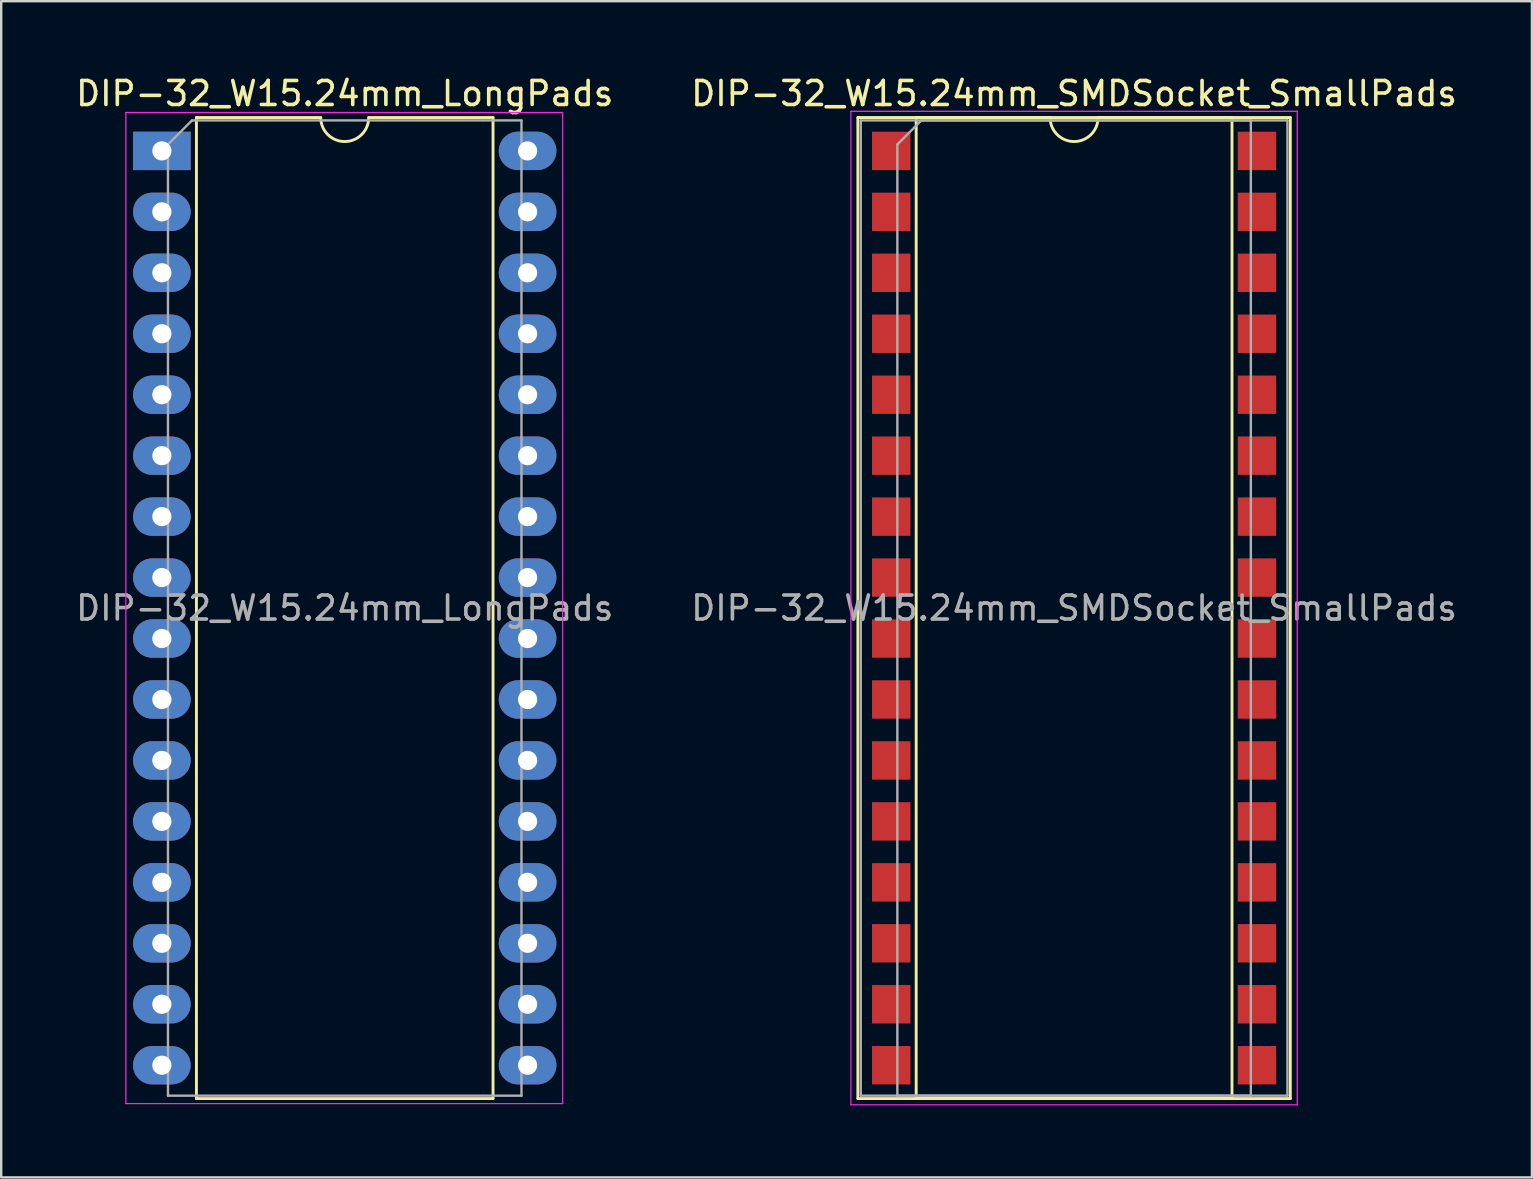
<source format=kicad_pcb>
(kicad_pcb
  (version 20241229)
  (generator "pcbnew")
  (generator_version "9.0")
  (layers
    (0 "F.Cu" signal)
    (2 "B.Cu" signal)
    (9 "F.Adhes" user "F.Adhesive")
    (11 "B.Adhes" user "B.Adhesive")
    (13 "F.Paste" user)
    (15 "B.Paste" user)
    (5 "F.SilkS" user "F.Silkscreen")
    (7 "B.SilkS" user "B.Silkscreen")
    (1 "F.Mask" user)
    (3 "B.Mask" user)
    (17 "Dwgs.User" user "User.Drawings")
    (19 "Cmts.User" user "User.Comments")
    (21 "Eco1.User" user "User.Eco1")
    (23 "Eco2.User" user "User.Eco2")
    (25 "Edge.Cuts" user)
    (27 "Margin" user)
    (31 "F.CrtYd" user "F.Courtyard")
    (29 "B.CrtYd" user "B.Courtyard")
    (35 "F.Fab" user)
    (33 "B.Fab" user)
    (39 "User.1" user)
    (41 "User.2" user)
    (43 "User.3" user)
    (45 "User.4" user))
  (footprint "DIP-32_W15.24mm_SMDSocket_SmallPads"
    (layer "F.Cu")
    (at 41.708 22.288)
    (property "Reference" "DIP-32_W15.24mm_SMDSocket_SmallPads" (at 0 -21.44 0) (layer "F.SilkS") (effects (font (size 1 1) (thickness 0.15))))
    (attr smd)
    (fp_line (start -9.01 -20.44) (end -9.01 20.44) (stroke (width 0.12) (type solid)) (layer "F.SilkS"))
    (fp_line (start -9.01 20.44) (end 9.01 20.44) (stroke (width 0.12) (type solid)) (layer "F.SilkS"))
    (fp_line (start -6.58 -20.44) (end -6.58 20.44) (stroke (width 0.12) (type solid)) (layer "F.SilkS"))
    (fp_line (start -6.58 20.44) (end 6.58 20.44) (stroke (width 0.12) (type solid)) (layer "F.SilkS"))
    (fp_line (start -1 -20.44) (end -6.58 -20.44) (stroke (width 0.12) (type solid)) (layer "F.SilkS"))
    (fp_line (start 6.58 -20.44) (end 1 -20.44) (stroke (width 0.12) (type solid)) (layer "F.SilkS"))
    (fp_line (start 6.58 20.44) (end 6.58 -20.44) (stroke (width 0.12) (type solid)) (layer "F.SilkS"))
    (fp_line (start 9.01 -20.44) (end -9.01 -20.44) (stroke (width 0.12) (type solid)) (layer "F.SilkS"))
    (fp_line (start 9.01 20.44) (end 9.01 -20.44) (stroke (width 0.12) (type solid)) (layer "F.SilkS"))
    (fp_arc (start 1 -20.44) (mid 0 -19.44) (end -1 -20.44) (stroke (width 0.12) (type solid)) (layer "F.SilkS"))
    (fp_line (start -9.3 -20.7) (end -9.3 20.7) (stroke (width 0.05) (type solid)) (layer "F.CrtYd"))
    (fp_line (start -9.3 20.7) (end 9.3 20.7) (stroke (width 0.05) (type solid)) (layer "F.CrtYd"))
    (fp_line (start 9.3 -20.7) (end -9.3 -20.7) (stroke (width 0.05) (type solid)) (layer "F.CrtYd"))
    (fp_line (start 9.3 20.7) (end 9.3 -20.7) (stroke (width 0.05) (type solid)) (layer "F.CrtYd"))
    (fp_line (start -8.89 -20.32) (end -8.89 20.32) (stroke (width 0.1) (type solid)) (layer "F.Fab"))
    (fp_line (start -8.89 20.32) (end 8.89 20.32) (stroke (width 0.1) (type solid)) (layer "F.Fab"))
    (fp_line (start -7.365 -19.32) (end -6.365 -20.32) (stroke (width 0.1) (type solid)) (layer "F.Fab"))
    (fp_line (start -7.365 20.32) (end -7.365 -19.32) (stroke (width 0.1) (type solid)) (layer "F.Fab"))
    (fp_line (start -6.365 -20.32) (end 7.365 -20.32) (stroke (width 0.1) (type solid)) (layer "F.Fab"))
    (fp_line (start 7.365 -20.32) (end 7.365 20.32) (stroke (width 0.1) (type solid)) (layer "F.Fab"))
    (fp_line (start 7.365 20.32) (end -7.365 20.32) (stroke (width 0.1) (type solid)) (layer "F.Fab"))
    (fp_line (start 8.89 -20.32) (end -8.89 -20.32) (stroke (width 0.1) (type solid)) (layer "F.Fab"))
    (fp_line (start 8.89 20.32) (end 8.89 -20.32) (stroke (width 0.1) (type solid)) (layer "F.Fab"))
    (fp_text user "${REFERENCE}" (at 0 0 0) (layer "F.Fab") (effects (font (size 1 1) (thickness 0.15))))
    (pad "1" smd rect (at -7.62 -19.05) (size 1.6 1.6) (layers "F.Cu" "F.Mask" "F.Paste"))
    (pad "2" smd rect (at -7.62 -16.51) (size 1.6 1.6) (layers "F.Cu" "F.Mask" "F.Paste"))
    (pad "3" smd rect (at -7.62 -13.97) (size 1.6 1.6) (layers "F.Cu" "F.Mask" "F.Paste"))
    (pad "4" smd rect (at -7.62 -11.43) (size 1.6 1.6) (layers "F.Cu" "F.Mask" "F.Paste"))
    (pad "5" smd rect (at -7.62 -8.89) (size 1.6 1.6) (layers "F.Cu" "F.Mask" "F.Paste"))
    (pad "6" smd rect (at -7.62 -6.35) (size 1.6 1.6) (layers "F.Cu" "F.Mask" "F.Paste"))
    (pad "7" smd rect (at -7.62 -3.81) (size 1.6 1.6) (layers "F.Cu" "F.Mask" "F.Paste"))
    (pad "8" smd rect (at -7.62 -1.27) (size 1.6 1.6) (layers "F.Cu" "F.Mask" "F.Paste"))
    (pad "9" smd rect (at -7.62 1.27) (size 1.6 1.6) (layers "F.Cu" "F.Mask" "F.Paste"))
    (pad "10" smd rect (at -7.62 3.81) (size 1.6 1.6) (layers "F.Cu" "F.Mask" "F.Paste"))
    (pad "11" smd rect (at -7.62 6.35) (size 1.6 1.6) (layers "F.Cu" "F.Mask" "F.Paste"))
    (pad "12" smd rect (at -7.62 8.89) (size 1.6 1.6) (layers "F.Cu" "F.Mask" "F.Paste"))
    (pad "13" smd rect (at -7.62 11.43) (size 1.6 1.6) (layers "F.Cu" "F.Mask" "F.Paste"))
    (pad "14" smd rect (at -7.62 13.97) (size 1.6 1.6) (layers "F.Cu" "F.Mask" "F.Paste"))
    (pad "15" smd rect (at -7.62 16.51) (size 1.6 1.6) (layers "F.Cu" "F.Mask" "F.Paste"))
    (pad "16" smd rect (at -7.62 19.05) (size 1.6 1.6) (layers "F.Cu" "F.Mask" "F.Paste"))
    (pad "17" smd rect (at 7.62 19.05) (size 1.6 1.6) (layers "F.Cu" "F.Mask" "F.Paste"))
    (pad "18" smd rect (at 7.62 16.51) (size 1.6 1.6) (layers "F.Cu" "F.Mask" "F.Paste"))
    (pad "19" smd rect (at 7.62 13.97) (size 1.6 1.6) (layers "F.Cu" "F.Mask" "F.Paste"))
    (pad "20" smd rect (at 7.62 11.43) (size 1.6 1.6) (layers "F.Cu" "F.Mask" "F.Paste"))
    (pad "21" smd rect (at 7.62 8.89) (size 1.6 1.6) (layers "F.Cu" "F.Mask" "F.Paste"))
    (pad "22" smd rect (at 7.62 6.35) (size 1.6 1.6) (layers "F.Cu" "F.Mask" "F.Paste"))
    (pad "23" smd rect (at 7.62 3.81) (size 1.6 1.6) (layers "F.Cu" "F.Mask" "F.Paste"))
    (pad "24" smd rect (at 7.62 1.27) (size 1.6 1.6) (layers "F.Cu" "F.Mask" "F.Paste"))
    (pad "25" smd rect (at 7.62 -1.27) (size 1.6 1.6) (layers "F.Cu" "F.Mask" "F.Paste"))
    (pad "26" smd rect (at 7.62 -3.81) (size 1.6 1.6) (layers "F.Cu" "F.Mask" "F.Paste"))
    (pad "27" smd rect (at 7.62 -6.35) (size 1.6 1.6) (layers "F.Cu" "F.Mask" "F.Paste"))
    (pad "28" smd rect (at 7.62 -8.89) (size 1.6 1.6) (layers "F.Cu" "F.Mask" "F.Paste"))
    (pad "29" smd rect (at 7.62 -11.43) (size 1.6 1.6) (layers "F.Cu" "F.Mask" "F.Paste"))
    (pad "30" smd rect (at 7.62 -13.97) (size 1.6 1.6) (layers "F.Cu" "F.Mask" "F.Paste"))
    (pad "31" smd rect (at 7.62 -16.51) (size 1.6 1.6) (layers "F.Cu" "F.Mask" "F.Paste"))
    (pad "32" smd rect (at 7.62 -19.05) (size 1.6 1.6) (layers "F.Cu" "F.Mask" "F.Paste")))
  (footprint "DIP-32_W15.24mm_LongPads"
    (layer "F.Cu")
    (at 3.695 3.238)
    (property "Reference" "DIP-32_W15.24mm_LongPads" (at 7.62 -2.39 0) (layer "F.SilkS") (effects (font (size 1 1) (thickness 0.15))))
    (attr through_hole)
    (fp_line (start 1.44 -1.39) (end 1.44 39.49) (stroke (width 0.12) (type solid)) (layer "F.SilkS"))
    (fp_line (start 1.44 39.49) (end 13.8 39.49) (stroke (width 0.12) (type solid)) (layer "F.SilkS"))
    (fp_line (start 6.62 -1.39) (end 1.44 -1.39) (stroke (width 0.12) (type solid)) (layer "F.SilkS"))
    (fp_line (start 13.8 -1.39) (end 8.62 -1.39) (stroke (width 0.12) (type solid)) (layer "F.SilkS"))
    (fp_line (start 13.8 39.49) (end 13.8 -1.39) (stroke (width 0.12) (type solid)) (layer "F.SilkS"))
    (fp_arc (start 8.62 -1.39) (mid 7.62 -0.39) (end 6.62 -1.39) (stroke (width 0.12) (type solid)) (layer "F.SilkS"))
    (fp_line (start -1.5 -1.6) (end -1.5 39.7) (stroke (width 0.05) (type solid)) (layer "F.CrtYd"))
    (fp_line (start -1.5 39.7) (end 16.7 39.7) (stroke (width 0.05) (type solid)) (layer "F.CrtYd"))
    (fp_line (start 16.7 -1.6) (end -1.5 -1.6) (stroke (width 0.05) (type solid)) (layer "F.CrtYd"))
    (fp_line (start 16.7 39.7) (end 16.7 -1.6) (stroke (width 0.05) (type solid)) (layer "F.CrtYd"))
    (fp_line (start 0.255 -0.27) (end 1.255 -1.27) (stroke (width 0.1) (type solid)) (layer "F.Fab"))
    (fp_line (start 0.255 39.37) (end 0.255 -0.27) (stroke (width 0.1) (type solid)) (layer "F.Fab"))
    (fp_line (start 1.255 -1.27) (end 14.985 -1.27) (stroke (width 0.1) (type solid)) (layer "F.Fab"))
    (fp_line (start 14.985 -1.27) (end 14.985 39.37) (stroke (width 0.1) (type solid)) (layer "F.Fab"))
    (fp_line (start 14.985 39.37) (end 0.255 39.37) (stroke (width 0.1) (type solid)) (layer "F.Fab"))
    (fp_text user "${REFERENCE}" (at 7.62 19.05 0) (layer "F.Fab") (effects (font (size 1 1) (thickness 0.15))))
    (pad "1" thru_hole rect (at 0 0) (size 2.4 1.6) (drill 0.8) (layers "*.Cu" "*.Mask"))
    (pad "2" thru_hole oval (at 0 2.54) (size 2.4 1.6) (drill 0.8) (layers "*.Cu" "*.Mask"))
    (pad "3" thru_hole oval (at 0 5.08) (size 2.4 1.6) (drill 0.8) (layers "*.Cu" "*.Mask"))
    (pad "4" thru_hole oval (at 0 7.62) (size 2.4 1.6) (drill 0.8) (layers "*.Cu" "*.Mask"))
    (pad "5" thru_hole oval (at 0 10.16) (size 2.4 1.6) (drill 0.8) (layers "*.Cu" "*.Mask"))
    (pad "6" thru_hole oval (at 0 12.7) (size 2.4 1.6) (drill 0.8) (layers "*.Cu" "*.Mask"))
    (pad "7" thru_hole oval (at 0 15.24) (size 2.4 1.6) (drill 0.8) (layers "*.Cu" "*.Mask"))
    (pad "8" thru_hole oval (at 0 17.78) (size 2.4 1.6) (drill 0.8) (layers "*.Cu" "*.Mask"))
    (pad "9" thru_hole oval (at 0 20.32) (size 2.4 1.6) (drill 0.8) (layers "*.Cu" "*.Mask"))
    (pad "10" thru_hole oval (at 0 22.86) (size 2.4 1.6) (drill 0.8) (layers "*.Cu" "*.Mask"))
    (pad "11" thru_hole oval (at 0 25.4) (size 2.4 1.6) (drill 0.8) (layers "*.Cu" "*.Mask"))
    (pad "12" thru_hole oval (at 0 27.94) (size 2.4 1.6) (drill 0.8) (layers "*.Cu" "*.Mask"))
    (pad "13" thru_hole oval (at 0 30.48) (size 2.4 1.6) (drill 0.8) (layers "*.Cu" "*.Mask"))
    (pad "14" thru_hole oval (at 0 33.02) (size 2.4 1.6) (drill 0.8) (layers "*.Cu" "*.Mask"))
    (pad "15" thru_hole oval (at 0 35.56) (size 2.4 1.6) (drill 0.8) (layers "*.Cu" "*.Mask"))
    (pad "16" thru_hole oval (at 0 38.1) (size 2.4 1.6) (drill 0.8) (layers "*.Cu" "*.Mask"))
    (pad "17" thru_hole oval (at 15.24 38.1) (size 2.4 1.6) (drill 0.8) (layers "*.Cu" "*.Mask"))
    (pad "18" thru_hole oval (at 15.24 35.56) (size 2.4 1.6) (drill 0.8) (layers "*.Cu" "*.Mask"))
    (pad "19" thru_hole oval (at 15.24 33.02) (size 2.4 1.6) (drill 0.8) (layers "*.Cu" "*.Mask"))
    (pad "20" thru_hole oval (at 15.24 30.48) (size 2.4 1.6) (drill 0.8) (layers "*.Cu" "*.Mask"))
    (pad "21" thru_hole oval (at 15.24 27.94) (size 2.4 1.6) (drill 0.8) (layers "*.Cu" "*.Mask"))
    (pad "22" thru_hole oval (at 15.24 25.4) (size 2.4 1.6) (drill 0.8) (layers "*.Cu" "*.Mask"))
    (pad "23" thru_hole oval (at 15.24 22.86) (size 2.4 1.6) (drill 0.8) (layers "*.Cu" "*.Mask"))
    (pad "24" thru_hole oval (at 15.24 20.32) (size 2.4 1.6) (drill 0.8) (layers "*.Cu" "*.Mask"))
    (pad "25" thru_hole oval (at 15.24 17.78) (size 2.4 1.6) (drill 0.8) (layers "*.Cu" "*.Mask"))
    (pad "26" thru_hole oval (at 15.24 15.24) (size 2.4 1.6) (drill 0.8) (layers "*.Cu" "*.Mask"))
    (pad "27" thru_hole oval (at 15.24 12.7) (size 2.4 1.6) (drill 0.8) (layers "*.Cu" "*.Mask"))
    (pad "28" thru_hole oval (at 15.24 10.16) (size 2.4 1.6) (drill 0.8) (layers "*.Cu" "*.Mask"))
    (pad "29" thru_hole oval (at 15.24 7.62) (size 2.4 1.6) (drill 0.8) (layers "*.Cu" "*.Mask"))
    (pad "30" thru_hole oval (at 15.24 5.08) (size 2.4 1.6) (drill 0.8) (layers "*.Cu" "*.Mask"))
    (pad "31" thru_hole oval (at 15.24 2.54) (size 2.4 1.6) (drill 0.8) (layers "*.Cu" "*.Mask"))
    (pad "32" thru_hole oval (at 15.24 0) (size 2.4 1.6) (drill 0.8) (layers "*.Cu" "*.Mask")))
  (gr_rect
    (start -3 -3)
    (end 60.786 46.013)
    (stroke (width 0.1) (type default))
    (fill no)
    (layer "Edge.Cuts")))
</source>
